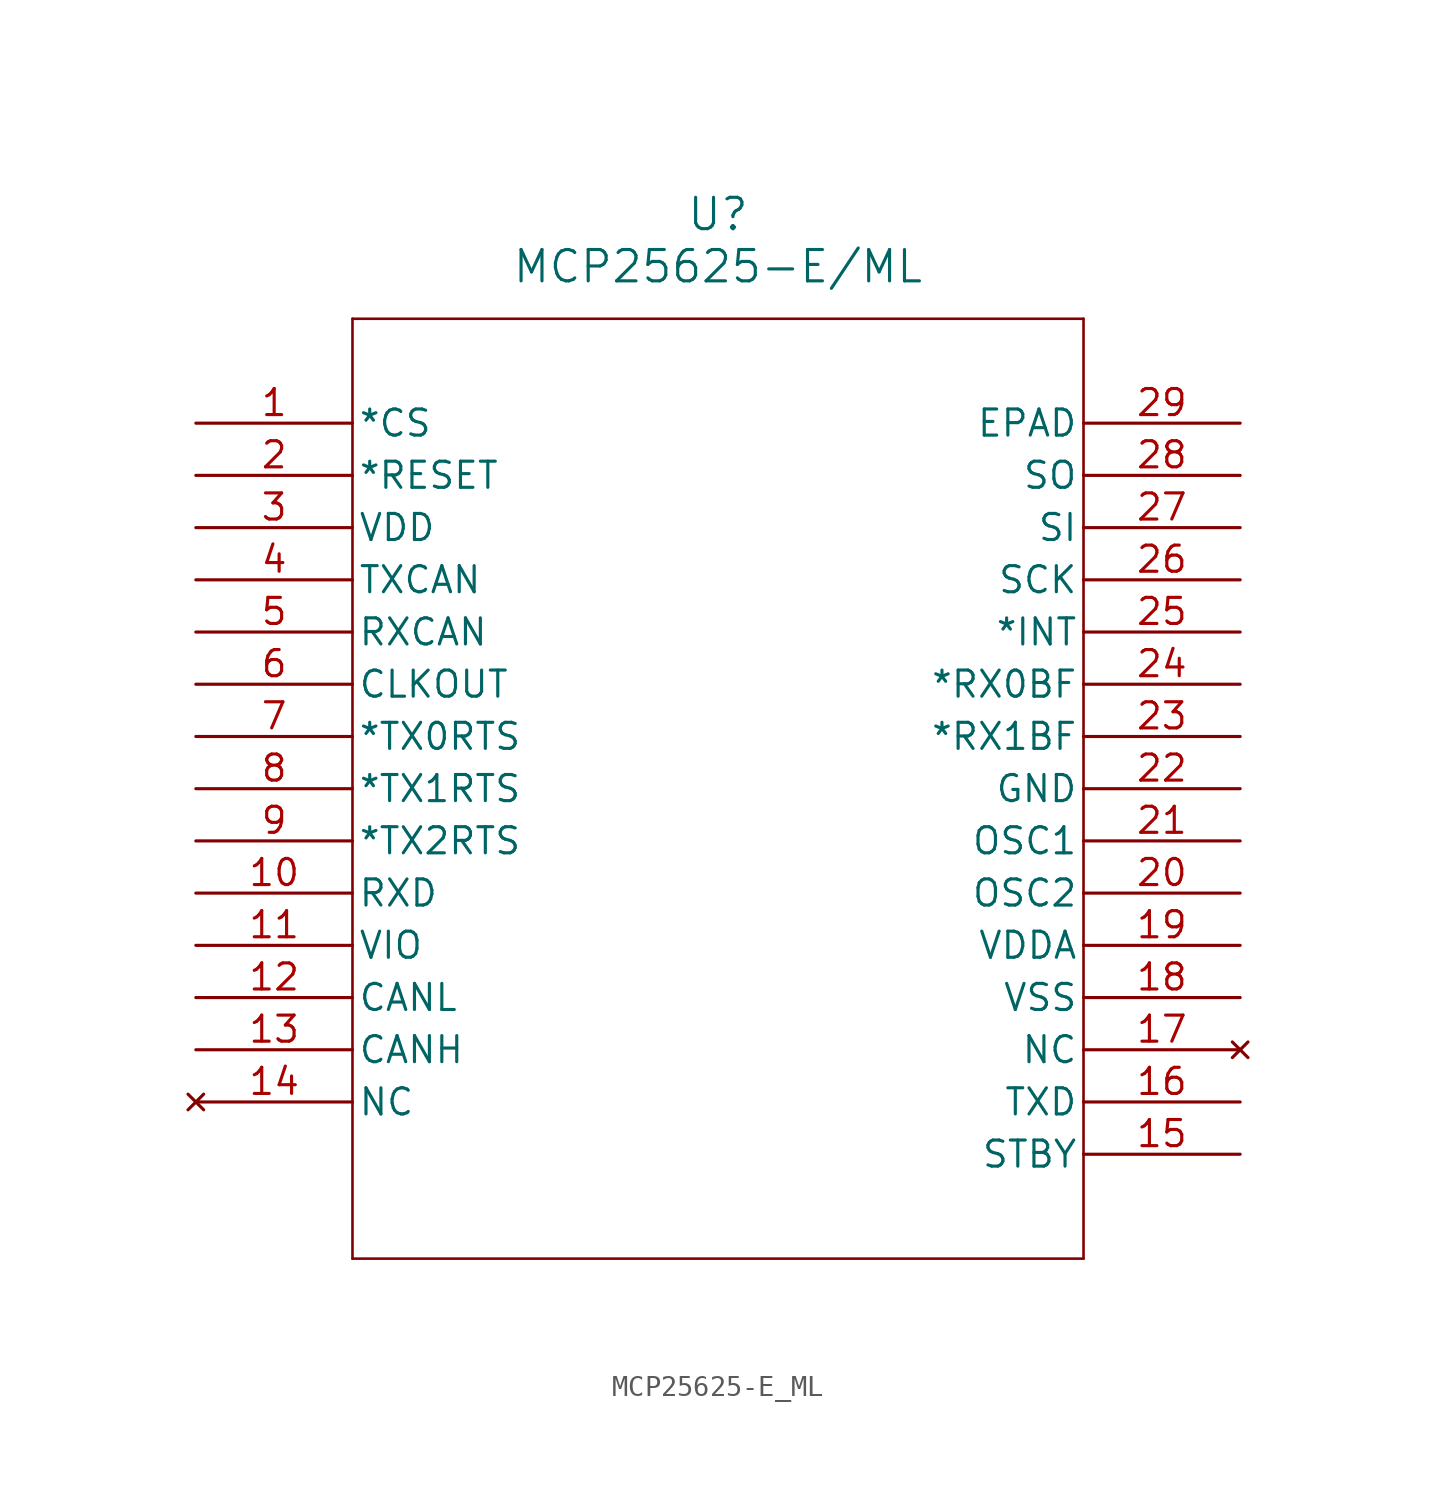
<source format=kicad_sym>
(kicad_symbol_lib
  (version 20211014)
  (generator kicad_symbol_editor)
  (symbol "MCP25625-E_ML"
    (pin_names
      (offset 0.254))
    (property "Reference" "U"
      (at 25.4 10.16 0)
      (effects (font (size 1.524 1.524))))
    (property "Value" "MCP25625-E/ML"
      (at 25.4 7.62 0)
      (effects (font (size 1.524 1.524))))
    (symbol "MCP25625-E_ML_0_1"
      (polyline (pts (xy 7.62 5.08) (xy 7.62 -40.64)) (stroke (width 0.127) (type default) (color 0 0 0 0)) (fill (type none)))
      (polyline (pts (xy 7.62 -40.64) (xy 43.18 -40.64)) (stroke (width 0.127) (type default) (color 0 0 0 0)) (fill (type none)))
      (polyline (pts (xy 43.18 -40.64) (xy 43.18 5.08)) (stroke (width 0.127) (type default) (color 0 0 0 0)) (fill (type none)))
      (polyline (pts (xy 43.18 5.08) (xy 7.62 5.08)) (stroke (width 0.127) (type default) (color 0 0 0 0)) (fill (type none)))
      (pin input line (at 0 0 0) (length 7.62) (name "*CS" (effects (font (size 1.27 1.27)))) (number "1" (effects (font (size 1.27 1.27)))))
      (pin input line (at 0 -2.54 0) (length 7.62) (name "*RESET" (effects (font (size 1.27 1.27)))) (number "2" (effects (font (size 1.27 1.27)))))
      (pin power_in line (at 0 -5.08 0) (length 7.62) (name "VDD" (effects (font (size 1.27 1.27)))) (number "3" (effects (font (size 1.27 1.27)))))
      (pin output line (at 0 -7.62 0) (length 7.62) (name "TXCAN" (effects (font (size 1.27 1.27)))) (number "4" (effects (font (size 1.27 1.27)))))
      (pin input line (at 0 -10.16 0) (length 7.62) (name "RXCAN" (effects (font (size 1.27 1.27)))) (number "5" (effects (font (size 1.27 1.27)))))
      (pin output line (at 0 -12.7 0) (length 7.62) (name "CLKOUT" (effects (font (size 1.27 1.27)))) (number "6" (effects (font (size 1.27 1.27)))))
      (pin input line (at 0 -15.24 0) (length 7.62) (name "*TX0RTS" (effects (font (size 1.27 1.27)))) (number "7" (effects (font (size 1.27 1.27)))))
      (pin input line (at 0 -17.78 0) (length 7.62) (name "*TX1RTS" (effects (font (size 1.27 1.27)))) (number "8" (effects (font (size 1.27 1.27)))))
      (pin input line (at 0 -20.32 0) (length 7.62) (name "*TX2RTS" (effects (font (size 1.27 1.27)))) (number "9" (effects (font (size 1.27 1.27)))))
      (pin output line (at 0 -22.86 0) (length 7.62) (name "RXD" (effects (font (size 1.27 1.27)))) (number "10" (effects (font (size 1.27 1.27)))))
      (pin power_in line (at 0 -25.4 0) (length 7.62) (name "VIO" (effects (font (size 1.27 1.27)))) (number "11" (effects (font (size 1.27 1.27)))))
      (pin bidirectional line (at 0 -27.94 0) (length 7.62) (name "CANL" (effects (font (size 1.27 1.27)))) (number "12" (effects (font (size 1.27 1.27)))))
      (pin bidirectional line (at 0 -30.48 0) (length 7.62) (name "CANH" (effects (font (size 1.27 1.27)))) (number "13" (effects (font (size 1.27 1.27)))))
      (pin no_connect line (at 0 -33.02 0) (length 7.62) (name "NC" (effects (font (size 1.27 1.27)))) (number "14" (effects (font (size 1.27 1.27)))))
      (pin input line (at 50.8 -35.56 180) (length 7.62) (name "STBY" (effects (font (size 1.27 1.27)))) (number "15" (effects (font (size 1.27 1.27)))))
      (pin input line (at 50.8 -33.02 180) (length 7.62) (name "TXD" (effects (font (size 1.27 1.27)))) (number "16" (effects (font (size 1.27 1.27)))))
      (pin no_connect line (at 50.8 -30.48 180) (length 7.62) (name "NC" (effects (font (size 1.27 1.27)))) (number "17" (effects (font (size 1.27 1.27)))))
      (pin power_in line (at 50.8 -27.94 180) (length 7.62) (name "VSS" (effects (font (size 1.27 1.27)))) (number "18" (effects (font (size 1.27 1.27)))))
      (pin power_in line (at 50.8 -25.4 180) (length 7.62) (name "VDDA" (effects (font (size 1.27 1.27)))) (number "19" (effects (font (size 1.27 1.27)))))
      (pin output line (at 50.8 -22.86 180) (length 7.62) (name "OSC2" (effects (font (size 1.27 1.27)))) (number "20" (effects (font (size 1.27 1.27)))))
      (pin input line (at 50.8 -20.32 180) (length 7.62) (name "OSC1" (effects (font (size 1.27 1.27)))) (number "21" (effects (font (size 1.27 1.27)))))
      (pin power_in line (at 50.8 -17.78 180) (length 7.62) (name "GND" (effects (font (size 1.27 1.27)))) (number "22" (effects (font (size 1.27 1.27)))))
      (pin output line (at 50.8 -15.24 180) (length 7.62) (name "*RX1BF" (effects (font (size 1.27 1.27)))) (number "23" (effects (font (size 1.27 1.27)))))
      (pin output line (at 50.8 -12.7 180) (length 7.62) (name "*RX0BF" (effects (font (size 1.27 1.27)))) (number "24" (effects (font (size 1.27 1.27)))))
      (pin output line (at 50.8 -10.16 180) (length 7.62) (name "*INT" (effects (font (size 1.27 1.27)))) (number "25" (effects (font (size 1.27 1.27)))))
      (pin input line (at 50.8 -7.62 180) (length 7.62) (name "SCK" (effects (font (size 1.27 1.27)))) (number "26" (effects (font (size 1.27 1.27)))))
      (pin input line (at 50.8 -5.08 180) (length 7.62) (name "SI" (effects (font (size 1.27 1.27)))) (number "27" (effects (font (size 1.27 1.27)))))
      (pin output line (at 50.8 -2.54 180) (length 7.62) (name "SO" (effects (font (size 1.27 1.27)))) (number "28" (effects (font (size 1.27 1.27)))))
      (pin unspecified line (at 50.8 0 180) (length 7.62) (name "EPAD" (effects (font (size 1.27 1.27)))) (number "29" (effects (font (size 1.27 1.27))))))))
</source>
